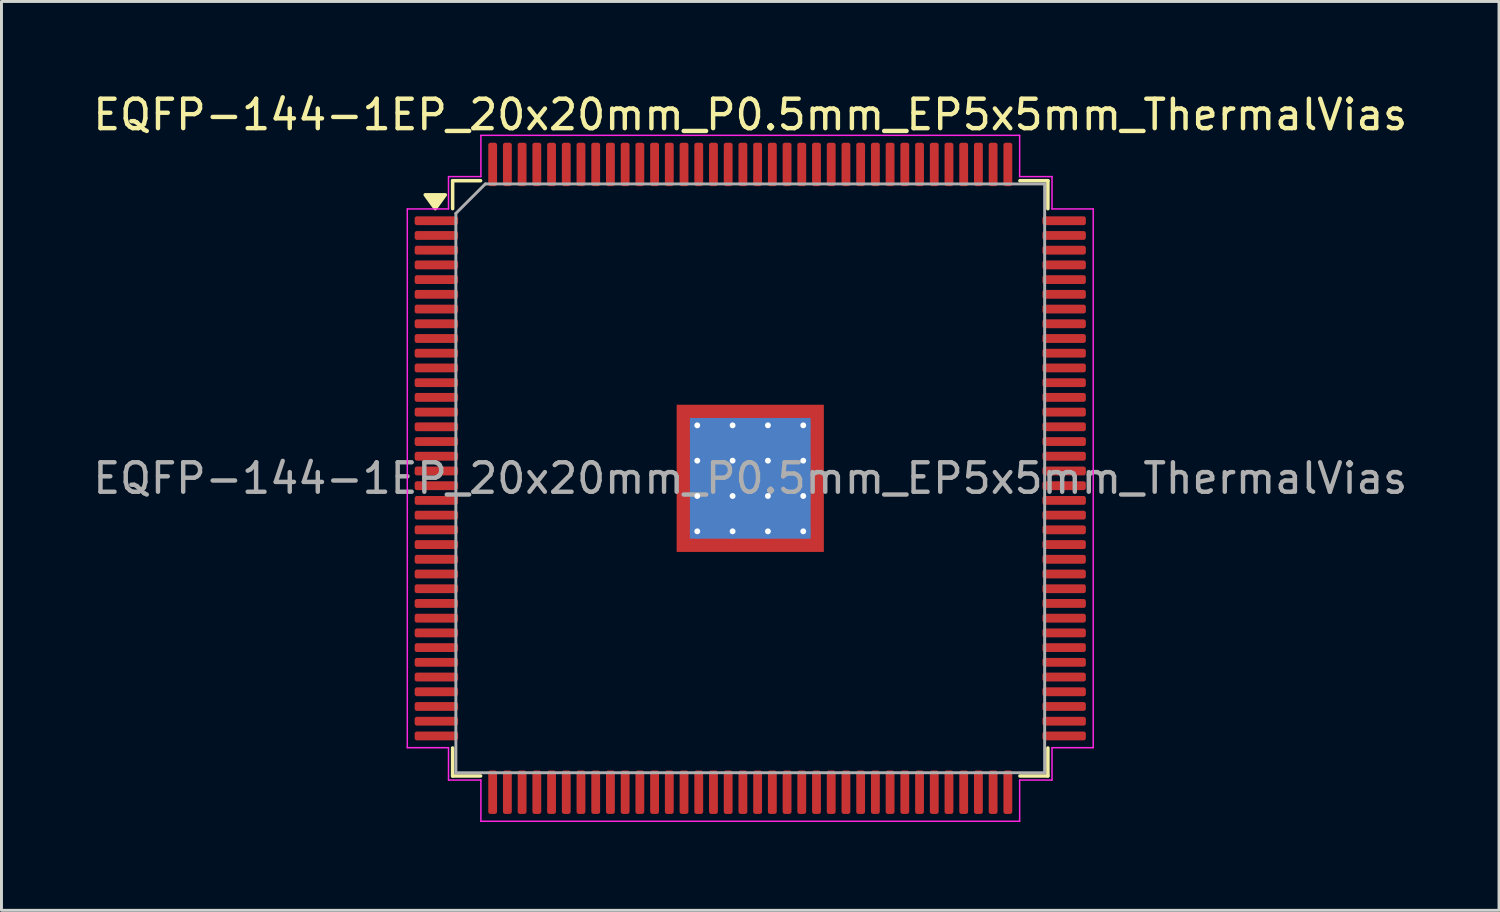
<source format=kicad_pcb>
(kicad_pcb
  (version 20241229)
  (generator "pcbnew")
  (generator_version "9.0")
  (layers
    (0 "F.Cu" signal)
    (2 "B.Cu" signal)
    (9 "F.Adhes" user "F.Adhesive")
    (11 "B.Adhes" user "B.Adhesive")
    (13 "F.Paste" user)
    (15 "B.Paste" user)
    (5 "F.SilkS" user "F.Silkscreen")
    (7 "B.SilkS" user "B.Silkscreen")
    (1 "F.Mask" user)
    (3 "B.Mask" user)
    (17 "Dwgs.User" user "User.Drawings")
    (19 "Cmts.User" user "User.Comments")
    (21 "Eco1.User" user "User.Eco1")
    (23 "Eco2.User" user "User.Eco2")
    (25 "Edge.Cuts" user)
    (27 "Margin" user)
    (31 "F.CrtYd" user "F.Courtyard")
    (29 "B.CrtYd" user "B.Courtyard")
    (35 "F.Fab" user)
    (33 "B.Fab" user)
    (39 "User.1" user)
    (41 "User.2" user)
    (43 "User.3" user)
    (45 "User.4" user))
  (footprint "EQFP-144-1EP_20x20mm_P0.5mm_EP5x5mm_ThermalVias"
    (layer "F.Cu")
    (at 22.435 13.198)
    (property "Reference" "EQFP-144-1EP_20x20mm_P0.5mm_EP5x5mm_ThermalVias" (at 0 -12.35 0) (layer "F.SilkS") (effects (font (size 1 1) (thickness 0.15))))
    (attr smd)
    (fp_line (start -10.11 -10.11) (end -10.11 -9.16) (stroke (width 0.12) (type solid)) (layer "F.SilkS"))
    (fp_line (start -10.11 10.11) (end -10.11 9.16) (stroke (width 0.12) (type solid)) (layer "F.SilkS"))
    (fp_line (start -9.16 -10.11) (end -10.11 -10.11) (stroke (width 0.12) (type solid)) (layer "F.SilkS"))
    (fp_line (start -9.16 10.11) (end -10.11 10.11) (stroke (width 0.12) (type solid)) (layer "F.SilkS"))
    (fp_line (start 9.16 -10.11) (end 10.11 -10.11) (stroke (width 0.12) (type solid)) (layer "F.SilkS"))
    (fp_line (start 9.16 10.11) (end 10.11 10.11) (stroke (width 0.12) (type solid)) (layer "F.SilkS"))
    (fp_line (start 10.11 -10.11) (end 10.11 -9.16) (stroke (width 0.12) (type solid)) (layer "F.SilkS"))
    (fp_line (start 10.11 10.11) (end 10.11 9.16) (stroke (width 0.12) (type solid)) (layer "F.SilkS"))
    (fp_poly (pts (xy -10.7 -9.16) (xy -11.04 -9.63) (xy -10.36 -9.63)) (stroke (width 0.12) (type solid)) (fill yes) (layer "F.SilkS"))
    (fp_line (start -11.65 -9.15) (end -10.25 -9.15) (stroke (width 0.05) (type solid)) (layer "F.CrtYd"))
    (fp_line (start -11.65 9.15) (end -11.65 -9.15) (stroke (width 0.05) (type solid)) (layer "F.CrtYd"))
    (fp_line (start -10.25 -10.25) (end -9.15 -10.25) (stroke (width 0.05) (type solid)) (layer "F.CrtYd"))
    (fp_line (start -10.25 -9.15) (end -10.25 -10.25) (stroke (width 0.05) (type solid)) (layer "F.CrtYd"))
    (fp_line (start -10.25 9.15) (end -11.65 9.15) (stroke (width 0.05) (type solid)) (layer "F.CrtYd"))
    (fp_line (start -10.25 10.25) (end -10.25 9.15) (stroke (width 0.05) (type solid)) (layer "F.CrtYd"))
    (fp_line (start -9.15 -11.65) (end 9.15 -11.65) (stroke (width 0.05) (type solid)) (layer "F.CrtYd"))
    (fp_line (start -9.15 -10.25) (end -9.15 -11.65) (stroke (width 0.05) (type solid)) (layer "F.CrtYd"))
    (fp_line (start -9.15 10.25) (end -10.25 10.25) (stroke (width 0.05) (type solid)) (layer "F.CrtYd"))
    (fp_line (start -9.15 11.65) (end -9.15 10.25) (stroke (width 0.05) (type solid)) (layer "F.CrtYd"))
    (fp_line (start 9.15 -11.65) (end 9.15 -10.25) (stroke (width 0.05) (type solid)) (layer "F.CrtYd"))
    (fp_line (start 9.15 -10.25) (end 10.25 -10.25) (stroke (width 0.05) (type solid)) (layer "F.CrtYd"))
    (fp_line (start 9.15 10.25) (end 9.15 11.65) (stroke (width 0.05) (type solid)) (layer "F.CrtYd"))
    (fp_line (start 9.15 11.65) (end -9.15 11.65) (stroke (width 0.05) (type solid)) (layer "F.CrtYd"))
    (fp_line (start 10.25 -10.25) (end 10.25 -9.15) (stroke (width 0.05) (type solid)) (layer "F.CrtYd"))
    (fp_line (start 10.25 -9.15) (end 11.65 -9.15) (stroke (width 0.05) (type solid)) (layer "F.CrtYd"))
    (fp_line (start 10.25 9.15) (end 10.25 10.25) (stroke (width 0.05) (type solid)) (layer "F.CrtYd"))
    (fp_line (start 10.25 10.25) (end 9.15 10.25) (stroke (width 0.05) (type solid)) (layer "F.CrtYd"))
    (fp_line (start 11.65 -9.15) (end 11.65 9.15) (stroke (width 0.05) (type solid)) (layer "F.CrtYd"))
    (fp_line (start 11.65 9.15) (end 10.25 9.15) (stroke (width 0.05) (type solid)) (layer "F.CrtYd"))
    (fp_line (start -10 -9) (end -9 -10) (stroke (width 0.1) (type solid)) (layer "F.Fab"))
    (fp_line (start -10 10) (end -10 -9) (stroke (width 0.1) (type solid)) (layer "F.Fab"))
    (fp_line (start -9 -10) (end 10 -10) (stroke (width 0.1) (type solid)) (layer "F.Fab"))
    (fp_line (start 10 -10) (end 10 10) (stroke (width 0.1) (type solid)) (layer "F.Fab"))
    (fp_line (start 10 10) (end -10 10) (stroke (width 0.1) (type solid)) (layer "F.Fab"))
    (fp_text user "${REFERENCE}" (at 0 0 0) (layer "F.Fab") (effects (font (size 1 1) (thickness 0.15))))
    (pad "" smd roundrect (at -1.875 -1.875) (size 1.01 1.01) (layers "F.Paste") (roundrect_rratio 0.248))
    (pad "" smd roundrect (at -1.875 -0.625) (size 1.01 1.01) (layers "F.Paste") (roundrect_rratio 0.248))
    (pad "" smd roundrect (at -1.875 0.625) (size 1.01 1.01) (layers "F.Paste") (roundrect_rratio 0.248))
    (pad "" smd roundrect (at -1.875 1.875) (size 1.01 1.01) (layers "F.Paste") (roundrect_rratio 0.248))
    (pad "" smd roundrect (at -0.625 -1.875) (size 1.01 1.01) (layers "F.Paste") (roundrect_rratio 0.248))
    (pad "" smd roundrect (at -0.625 -0.625) (size 1.01 1.01) (layers "F.Paste") (roundrect_rratio 0.248))
    (pad "" smd roundrect (at -0.625 0.625) (size 1.01 1.01) (layers "F.Paste") (roundrect_rratio 0.248))
    (pad "" smd roundrect (at -0.625 1.875) (size 1.01 1.01) (layers "F.Paste") (roundrect_rratio 0.248))
    (pad "" smd roundrect (at 0.625 -1.875) (size 1.01 1.01) (layers "F.Paste") (roundrect_rratio 0.248))
    (pad "" smd roundrect (at 0.625 -0.625) (size 1.01 1.01) (layers "F.Paste") (roundrect_rratio 0.248))
    (pad "" smd roundrect (at 0.625 0.625) (size 1.01 1.01) (layers "F.Paste") (roundrect_rratio 0.248))
    (pad "" smd roundrect (at 0.625 1.875) (size 1.01 1.01) (layers "F.Paste") (roundrect_rratio 0.248))
    (pad "" smd roundrect (at 1.875 -1.875) (size 1.01 1.01) (layers "F.Paste") (roundrect_rratio 0.248))
    (pad "" smd roundrect (at 1.875 -0.625) (size 1.01 1.01) (layers "F.Paste") (roundrect_rratio 0.248))
    (pad "" smd roundrect (at 1.875 0.625) (size 1.01 1.01) (layers "F.Paste") (roundrect_rratio 0.248))
    (pad "" smd roundrect (at 1.875 1.875) (size 1.01 1.01) (layers "F.Paste") (roundrect_rratio 0.248))
    (pad "1" smd roundrect (at -10.662 -8.75) (size 1.475 0.3) (layers "F.Cu" "F.Mask" "F.Paste") (roundrect_rratio 0.25))
    (pad "2" smd roundrect (at -10.662 -8.25) (size 1.475 0.3) (layers "F.Cu" "F.Mask" "F.Paste") (roundrect_rratio 0.25))
    (pad "3" smd roundrect (at -10.662 -7.75) (size 1.475 0.3) (layers "F.Cu" "F.Mask" "F.Paste") (roundrect_rratio 0.25))
    (pad "4" smd roundrect (at -10.662 -7.25) (size 1.475 0.3) (layers "F.Cu" "F.Mask" "F.Paste") (roundrect_rratio 0.25))
    (pad "5" smd roundrect (at -10.662 -6.75) (size 1.475 0.3) (layers "F.Cu" "F.Mask" "F.Paste") (roundrect_rratio 0.25))
    (pad "6" smd roundrect (at -10.662 -6.25) (size 1.475 0.3) (layers "F.Cu" "F.Mask" "F.Paste") (roundrect_rratio 0.25))
    (pad "7" smd roundrect (at -10.662 -5.75) (size 1.475 0.3) (layers "F.Cu" "F.Mask" "F.Paste") (roundrect_rratio 0.25))
    (pad "8" smd roundrect (at -10.662 -5.25) (size 1.475 0.3) (layers "F.Cu" "F.Mask" "F.Paste") (roundrect_rratio 0.25))
    (pad "9" smd roundrect (at -10.662 -4.75) (size 1.475 0.3) (layers "F.Cu" "F.Mask" "F.Paste") (roundrect_rratio 0.25))
    (pad "10" smd roundrect (at -10.662 -4.25) (size 1.475 0.3) (layers "F.Cu" "F.Mask" "F.Paste") (roundrect_rratio 0.25))
    (pad "11" smd roundrect (at -10.662 -3.75) (size 1.475 0.3) (layers "F.Cu" "F.Mask" "F.Paste") (roundrect_rratio 0.25))
    (pad "12" smd roundrect (at -10.662 -3.25) (size 1.475 0.3) (layers "F.Cu" "F.Mask" "F.Paste") (roundrect_rratio 0.25))
    (pad "13" smd roundrect (at -10.662 -2.75) (size 1.475 0.3) (layers "F.Cu" "F.Mask" "F.Paste") (roundrect_rratio 0.25))
    (pad "14" smd roundrect (at -10.662 -2.25) (size 1.475 0.3) (layers "F.Cu" "F.Mask" "F.Paste") (roundrect_rratio 0.25))
    (pad "15" smd roundrect (at -10.662 -1.75) (size 1.475 0.3) (layers "F.Cu" "F.Mask" "F.Paste") (roundrect_rratio 0.25))
    (pad "16" smd roundrect (at -10.662 -1.25) (size 1.475 0.3) (layers "F.Cu" "F.Mask" "F.Paste") (roundrect_rratio 0.25))
    (pad "17" smd roundrect (at -10.662 -0.75) (size 1.475 0.3) (layers "F.Cu" "F.Mask" "F.Paste") (roundrect_rratio 0.25))
    (pad "18" smd roundrect (at -10.662 -0.25) (size 1.475 0.3) (layers "F.Cu" "F.Mask" "F.Paste") (roundrect_rratio 0.25))
    (pad "19" smd roundrect (at -10.662 0.25) (size 1.475 0.3) (layers "F.Cu" "F.Mask" "F.Paste") (roundrect_rratio 0.25))
    (pad "20" smd roundrect (at -10.662 0.75) (size 1.475 0.3) (layers "F.Cu" "F.Mask" "F.Paste") (roundrect_rratio 0.25))
    (pad "21" smd roundrect (at -10.662 1.25) (size 1.475 0.3) (layers "F.Cu" "F.Mask" "F.Paste") (roundrect_rratio 0.25))
    (pad "22" smd roundrect (at -10.662 1.75) (size 1.475 0.3) (layers "F.Cu" "F.Mask" "F.Paste") (roundrect_rratio 0.25))
    (pad "23" smd roundrect (at -10.662 2.25) (size 1.475 0.3) (layers "F.Cu" "F.Mask" "F.Paste") (roundrect_rratio 0.25))
    (pad "24" smd roundrect (at -10.662 2.75) (size 1.475 0.3) (layers "F.Cu" "F.Mask" "F.Paste") (roundrect_rratio 0.25))
    (pad "25" smd roundrect (at -10.662 3.25) (size 1.475 0.3) (layers "F.Cu" "F.Mask" "F.Paste") (roundrect_rratio 0.25))
    (pad "26" smd roundrect (at -10.662 3.75) (size 1.475 0.3) (layers "F.Cu" "F.Mask" "F.Paste") (roundrect_rratio 0.25))
    (pad "27" smd roundrect (at -10.662 4.25) (size 1.475 0.3) (layers "F.Cu" "F.Mask" "F.Paste") (roundrect_rratio 0.25))
    (pad "28" smd roundrect (at -10.662 4.75) (size 1.475 0.3) (layers "F.Cu" "F.Mask" "F.Paste") (roundrect_rratio 0.25))
    (pad "29" smd roundrect (at -10.662 5.25) (size 1.475 0.3) (layers "F.Cu" "F.Mask" "F.Paste") (roundrect_rratio 0.25))
    (pad "30" smd roundrect (at -10.662 5.75) (size 1.475 0.3) (layers "F.Cu" "F.Mask" "F.Paste") (roundrect_rratio 0.25))
    (pad "31" smd roundrect (at -10.662 6.25) (size 1.475 0.3) (layers "F.Cu" "F.Mask" "F.Paste") (roundrect_rratio 0.25))
    (pad "32" smd roundrect (at -10.662 6.75) (size 1.475 0.3) (layers "F.Cu" "F.Mask" "F.Paste") (roundrect_rratio 0.25))
    (pad "33" smd roundrect (at -10.662 7.25) (size 1.475 0.3) (layers "F.Cu" "F.Mask" "F.Paste") (roundrect_rratio 0.25))
    (pad "34" smd roundrect (at -10.662 7.75) (size 1.475 0.3) (layers "F.Cu" "F.Mask" "F.Paste") (roundrect_rratio 0.25))
    (pad "35" smd roundrect (at -10.662 8.25) (size 1.475 0.3) (layers "F.Cu" "F.Mask" "F.Paste") (roundrect_rratio 0.25))
    (pad "36" smd roundrect (at -10.662 8.75) (size 1.475 0.3) (layers "F.Cu" "F.Mask" "F.Paste") (roundrect_rratio 0.25))
    (pad "37" smd roundrect (at -8.75 10.662) (size 0.3 1.475) (layers "F.Cu" "F.Mask" "F.Paste") (roundrect_rratio 0.25))
    (pad "38" smd roundrect (at -8.25 10.662) (size 0.3 1.475) (layers "F.Cu" "F.Mask" "F.Paste") (roundrect_rratio 0.25))
    (pad "39" smd roundrect (at -7.75 10.662) (size 0.3 1.475) (layers "F.Cu" "F.Mask" "F.Paste") (roundrect_rratio 0.25))
    (pad "40" smd roundrect (at -7.25 10.662) (size 0.3 1.475) (layers "F.Cu" "F.Mask" "F.Paste") (roundrect_rratio 0.25))
    (pad "41" smd roundrect (at -6.75 10.662) (size 0.3 1.475) (layers "F.Cu" "F.Mask" "F.Paste") (roundrect_rratio 0.25))
    (pad "42" smd roundrect (at -6.25 10.662) (size 0.3 1.475) (layers "F.Cu" "F.Mask" "F.Paste") (roundrect_rratio 0.25))
    (pad "43" smd roundrect (at -5.75 10.662) (size 0.3 1.475) (layers "F.Cu" "F.Mask" "F.Paste") (roundrect_rratio 0.25))
    (pad "44" smd roundrect (at -5.25 10.662) (size 0.3 1.475) (layers "F.Cu" "F.Mask" "F.Paste") (roundrect_rratio 0.25))
    (pad "45" smd roundrect (at -4.75 10.662) (size 0.3 1.475) (layers "F.Cu" "F.Mask" "F.Paste") (roundrect_rratio 0.25))
    (pad "46" smd roundrect (at -4.25 10.662) (size 0.3 1.475) (layers "F.Cu" "F.Mask" "F.Paste") (roundrect_rratio 0.25))
    (pad "47" smd roundrect (at -3.75 10.662) (size 0.3 1.475) (layers "F.Cu" "F.Mask" "F.Paste") (roundrect_rratio 0.25))
    (pad "48" smd roundrect (at -3.25 10.662) (size 0.3 1.475) (layers "F.Cu" "F.Mask" "F.Paste") (roundrect_rratio 0.25))
    (pad "49" smd roundrect (at -2.75 10.662) (size 0.3 1.475) (layers "F.Cu" "F.Mask" "F.Paste") (roundrect_rratio 0.25))
    (pad "50" smd roundrect (at -2.25 10.662) (size 0.3 1.475) (layers "F.Cu" "F.Mask" "F.Paste") (roundrect_rratio 0.25))
    (pad "51" smd roundrect (at -1.75 10.662) (size 0.3 1.475) (layers "F.Cu" "F.Mask" "F.Paste") (roundrect_rratio 0.25))
    (pad "52" smd roundrect (at -1.25 10.662) (size 0.3 1.475) (layers "F.Cu" "F.Mask" "F.Paste") (roundrect_rratio 0.25))
    (pad "53" smd roundrect (at -0.75 10.662) (size 0.3 1.475) (layers "F.Cu" "F.Mask" "F.Paste") (roundrect_rratio 0.25))
    (pad "54" smd roundrect (at -0.25 10.662) (size 0.3 1.475) (layers "F.Cu" "F.Mask" "F.Paste") (roundrect_rratio 0.25))
    (pad "55" smd roundrect (at 0.25 10.662) (size 0.3 1.475) (layers "F.Cu" "F.Mask" "F.Paste") (roundrect_rratio 0.25))
    (pad "56" smd roundrect (at 0.75 10.662) (size 0.3 1.475) (layers "F.Cu" "F.Mask" "F.Paste") (roundrect_rratio 0.25))
    (pad "57" smd roundrect (at 1.25 10.662) (size 0.3 1.475) (layers "F.Cu" "F.Mask" "F.Paste") (roundrect_rratio 0.25))
    (pad "58" smd roundrect (at 1.75 10.662) (size 0.3 1.475) (layers "F.Cu" "F.Mask" "F.Paste") (roundrect_rratio 0.25))
    (pad "59" smd roundrect (at 2.25 10.662) (size 0.3 1.475) (layers "F.Cu" "F.Mask" "F.Paste") (roundrect_rratio 0.25))
    (pad "60" smd roundrect (at 2.75 10.662) (size 0.3 1.475) (layers "F.Cu" "F.Mask" "F.Paste") (roundrect_rratio 0.25))
    (pad "61" smd roundrect (at 3.25 10.662) (size 0.3 1.475) (layers "F.Cu" "F.Mask" "F.Paste") (roundrect_rratio 0.25))
    (pad "62" smd roundrect (at 3.75 10.662) (size 0.3 1.475) (layers "F.Cu" "F.Mask" "F.Paste") (roundrect_rratio 0.25))
    (pad "63" smd roundrect (at 4.25 10.662) (size 0.3 1.475) (layers "F.Cu" "F.Mask" "F.Paste") (roundrect_rratio 0.25))
    (pad "64" smd roundrect (at 4.75 10.662) (size 0.3 1.475) (layers "F.Cu" "F.Mask" "F.Paste") (roundrect_rratio 0.25))
    (pad "65" smd roundrect (at 5.25 10.662) (size 0.3 1.475) (layers "F.Cu" "F.Mask" "F.Paste") (roundrect_rratio 0.25))
    (pad "66" smd roundrect (at 5.75 10.662) (size 0.3 1.475) (layers "F.Cu" "F.Mask" "F.Paste") (roundrect_rratio 0.25))
    (pad "67" smd roundrect (at 6.25 10.662) (size 0.3 1.475) (layers "F.Cu" "F.Mask" "F.Paste") (roundrect_rratio 0.25))
    (pad "68" smd roundrect (at 6.75 10.662) (size 0.3 1.475) (layers "F.Cu" "F.Mask" "F.Paste") (roundrect_rratio 0.25))
    (pad "69" smd roundrect (at 7.25 10.662) (size 0.3 1.475) (layers "F.Cu" "F.Mask" "F.Paste") (roundrect_rratio 0.25))
    (pad "70" smd roundrect (at 7.75 10.662) (size 0.3 1.475) (layers "F.Cu" "F.Mask" "F.Paste") (roundrect_rratio 0.25))
    (pad "71" smd roundrect (at 8.25 10.662) (size 0.3 1.475) (layers "F.Cu" "F.Mask" "F.Paste") (roundrect_rratio 0.25))
    (pad "72" smd roundrect (at 8.75 10.662) (size 0.3 1.475) (layers "F.Cu" "F.Mask" "F.Paste") (roundrect_rratio 0.25))
    (pad "73" smd roundrect (at 10.662 8.75) (size 1.475 0.3) (layers "F.Cu" "F.Mask" "F.Paste") (roundrect_rratio 0.25))
    (pad "74" smd roundrect (at 10.662 8.25) (size 1.475 0.3) (layers "F.Cu" "F.Mask" "F.Paste") (roundrect_rratio 0.25))
    (pad "75" smd roundrect (at 10.662 7.75) (size 1.475 0.3) (layers "F.Cu" "F.Mask" "F.Paste") (roundrect_rratio 0.25))
    (pad "76" smd roundrect (at 10.662 7.25) (size 1.475 0.3) (layers "F.Cu" "F.Mask" "F.Paste") (roundrect_rratio 0.25))
    (pad "77" smd roundrect (at 10.662 6.75) (size 1.475 0.3) (layers "F.Cu" "F.Mask" "F.Paste") (roundrect_rratio 0.25))
    (pad "78" smd roundrect (at 10.662 6.25) (size 1.475 0.3) (layers "F.Cu" "F.Mask" "F.Paste") (roundrect_rratio 0.25))
    (pad "79" smd roundrect (at 10.662 5.75) (size 1.475 0.3) (layers "F.Cu" "F.Mask" "F.Paste") (roundrect_rratio 0.25))
    (pad "80" smd roundrect (at 10.662 5.25) (size 1.475 0.3) (layers "F.Cu" "F.Mask" "F.Paste") (roundrect_rratio 0.25))
    (pad "81" smd roundrect (at 10.662 4.75) (size 1.475 0.3) (layers "F.Cu" "F.Mask" "F.Paste") (roundrect_rratio 0.25))
    (pad "82" smd roundrect (at 10.662 4.25) (size 1.475 0.3) (layers "F.Cu" "F.Mask" "F.Paste") (roundrect_rratio 0.25))
    (pad "83" smd roundrect (at 10.662 3.75) (size 1.475 0.3) (layers "F.Cu" "F.Mask" "F.Paste") (roundrect_rratio 0.25))
    (pad "84" smd roundrect (at 10.662 3.25) (size 1.475 0.3) (layers "F.Cu" "F.Mask" "F.Paste") (roundrect_rratio 0.25))
    (pad "85" smd roundrect (at 10.662 2.75) (size 1.475 0.3) (layers "F.Cu" "F.Mask" "F.Paste") (roundrect_rratio 0.25))
    (pad "86" smd roundrect (at 10.662 2.25) (size 1.475 0.3) (layers "F.Cu" "F.Mask" "F.Paste") (roundrect_rratio 0.25))
    (pad "87" smd roundrect (at 10.662 1.75) (size 1.475 0.3) (layers "F.Cu" "F.Mask" "F.Paste") (roundrect_rratio 0.25))
    (pad "88" smd roundrect (at 10.662 1.25) (size 1.475 0.3) (layers "F.Cu" "F.Mask" "F.Paste") (roundrect_rratio 0.25))
    (pad "89" smd roundrect (at 10.662 0.75) (size 1.475 0.3) (layers "F.Cu" "F.Mask" "F.Paste") (roundrect_rratio 0.25))
    (pad "90" smd roundrect (at 10.662 0.25) (size 1.475 0.3) (layers "F.Cu" "F.Mask" "F.Paste") (roundrect_rratio 0.25))
    (pad "91" smd roundrect (at 10.662 -0.25) (size 1.475 0.3) (layers "F.Cu" "F.Mask" "F.Paste") (roundrect_rratio 0.25))
    (pad "92" smd roundrect (at 10.662 -0.75) (size 1.475 0.3) (layers "F.Cu" "F.Mask" "F.Paste") (roundrect_rratio 0.25))
    (pad "93" smd roundrect (at 10.662 -1.25) (size 1.475 0.3) (layers "F.Cu" "F.Mask" "F.Paste") (roundrect_rratio 0.25))
    (pad "94" smd roundrect (at 10.662 -1.75) (size 1.475 0.3) (layers "F.Cu" "F.Mask" "F.Paste") (roundrect_rratio 0.25))
    (pad "95" smd roundrect (at 10.662 -2.25) (size 1.475 0.3) (layers "F.Cu" "F.Mask" "F.Paste") (roundrect_rratio 0.25))
    (pad "96" smd roundrect (at 10.662 -2.75) (size 1.475 0.3) (layers "F.Cu" "F.Mask" "F.Paste") (roundrect_rratio 0.25))
    (pad "97" smd roundrect (at 10.662 -3.25) (size 1.475 0.3) (layers "F.Cu" "F.Mask" "F.Paste") (roundrect_rratio 0.25))
    (pad "98" smd roundrect (at 10.662 -3.75) (size 1.475 0.3) (layers "F.Cu" "F.Mask" "F.Paste") (roundrect_rratio 0.25))
    (pad "99" smd roundrect (at 10.662 -4.25) (size 1.475 0.3) (layers "F.Cu" "F.Mask" "F.Paste") (roundrect_rratio 0.25))
    (pad "100" smd roundrect (at 10.662 -4.75) (size 1.475 0.3) (layers "F.Cu" "F.Mask" "F.Paste") (roundrect_rratio 0.25))
    (pad "101" smd roundrect (at 10.662 -5.25) (size 1.475 0.3) (layers "F.Cu" "F.Mask" "F.Paste") (roundrect_rratio 0.25))
    (pad "102" smd roundrect (at 10.662 -5.75) (size 1.475 0.3) (layers "F.Cu" "F.Mask" "F.Paste") (roundrect_rratio 0.25))
    (pad "103" smd roundrect (at 10.662 -6.25) (size 1.475 0.3) (layers "F.Cu" "F.Mask" "F.Paste") (roundrect_rratio 0.25))
    (pad "104" smd roundrect (at 10.662 -6.75) (size 1.475 0.3) (layers "F.Cu" "F.Mask" "F.Paste") (roundrect_rratio 0.25))
    (pad "105" smd roundrect (at 10.662 -7.25) (size 1.475 0.3) (layers "F.Cu" "F.Mask" "F.Paste") (roundrect_rratio 0.25))
    (pad "106" smd roundrect (at 10.662 -7.75) (size 1.475 0.3) (layers "F.Cu" "F.Mask" "F.Paste") (roundrect_rratio 0.25))
    (pad "107" smd roundrect (at 10.662 -8.25) (size 1.475 0.3) (layers "F.Cu" "F.Mask" "F.Paste") (roundrect_rratio 0.25))
    (pad "108" smd roundrect (at 10.662 -8.75) (size 1.475 0.3) (layers "F.Cu" "F.Mask" "F.Paste") (roundrect_rratio 0.25))
    (pad "109" smd roundrect (at 8.75 -10.662) (size 0.3 1.475) (layers "F.Cu" "F.Mask" "F.Paste") (roundrect_rratio 0.25))
    (pad "110" smd roundrect (at 8.25 -10.662) (size 0.3 1.475) (layers "F.Cu" "F.Mask" "F.Paste") (roundrect_rratio 0.25))
    (pad "111" smd roundrect (at 7.75 -10.662) (size 0.3 1.475) (layers "F.Cu" "F.Mask" "F.Paste") (roundrect_rratio 0.25))
    (pad "112" smd roundrect (at 7.25 -10.662) (size 0.3 1.475) (layers "F.Cu" "F.Mask" "F.Paste") (roundrect_rratio 0.25))
    (pad "113" smd roundrect (at 6.75 -10.662) (size 0.3 1.475) (layers "F.Cu" "F.Mask" "F.Paste") (roundrect_rratio 0.25))
    (pad "114" smd roundrect (at 6.25 -10.662) (size 0.3 1.475) (layers "F.Cu" "F.Mask" "F.Paste") (roundrect_rratio 0.25))
    (pad "115" smd roundrect (at 5.75 -10.662) (size 0.3 1.475) (layers "F.Cu" "F.Mask" "F.Paste") (roundrect_rratio 0.25))
    (pad "116" smd roundrect (at 5.25 -10.662) (size 0.3 1.475) (layers "F.Cu" "F.Mask" "F.Paste") (roundrect_rratio 0.25))
    (pad "117" smd roundrect (at 4.75 -10.662) (size 0.3 1.475) (layers "F.Cu" "F.Mask" "F.Paste") (roundrect_rratio 0.25))
    (pad "118" smd roundrect (at 4.25 -10.662) (size 0.3 1.475) (layers "F.Cu" "F.Mask" "F.Paste") (roundrect_rratio 0.25))
    (pad "119" smd roundrect (at 3.75 -10.662) (size 0.3 1.475) (layers "F.Cu" "F.Mask" "F.Paste") (roundrect_rratio 0.25))
    (pad "120" smd roundrect (at 3.25 -10.662) (size 0.3 1.475) (layers "F.Cu" "F.Mask" "F.Paste") (roundrect_rratio 0.25))
    (pad "121" smd roundrect (at 2.75 -10.662) (size 0.3 1.475) (layers "F.Cu" "F.Mask" "F.Paste") (roundrect_rratio 0.25))
    (pad "122" smd roundrect (at 2.25 -10.662) (size 0.3 1.475) (layers "F.Cu" "F.Mask" "F.Paste") (roundrect_rratio 0.25))
    (pad "123" smd roundrect (at 1.75 -10.662) (size 0.3 1.475) (layers "F.Cu" "F.Mask" "F.Paste") (roundrect_rratio 0.25))
    (pad "124" smd roundrect (at 1.25 -10.662) (size 0.3 1.475) (layers "F.Cu" "F.Mask" "F.Paste") (roundrect_rratio 0.25))
    (pad "125" smd roundrect (at 0.75 -10.662) (size 0.3 1.475) (layers "F.Cu" "F.Mask" "F.Paste") (roundrect_rratio 0.25))
    (pad "126" smd roundrect (at 0.25 -10.662) (size 0.3 1.475) (layers "F.Cu" "F.Mask" "F.Paste") (roundrect_rratio 0.25))
    (pad "127" smd roundrect (at -0.25 -10.662) (size 0.3 1.475) (layers "F.Cu" "F.Mask" "F.Paste") (roundrect_rratio 0.25))
    (pad "128" smd roundrect (at -0.75 -10.662) (size 0.3 1.475) (layers "F.Cu" "F.Mask" "F.Paste") (roundrect_rratio 0.25))
    (pad "129" smd roundrect (at -1.25 -10.662) (size 0.3 1.475) (layers "F.Cu" "F.Mask" "F.Paste") (roundrect_rratio 0.25))
    (pad "130" smd roundrect (at -1.75 -10.662) (size 0.3 1.475) (layers "F.Cu" "F.Mask" "F.Paste") (roundrect_rratio 0.25))
    (pad "131" smd roundrect (at -2.25 -10.662) (size 0.3 1.475) (layers "F.Cu" "F.Mask" "F.Paste") (roundrect_rratio 0.25))
    (pad "132" smd roundrect (at -2.75 -10.662) (size 0.3 1.475) (layers "F.Cu" "F.Mask" "F.Paste") (roundrect_rratio 0.25))
    (pad "133" smd roundrect (at -3.25 -10.662) (size 0.3 1.475) (layers "F.Cu" "F.Mask" "F.Paste") (roundrect_rratio 0.25))
    (pad "134" smd roundrect (at -3.75 -10.662) (size 0.3 1.475) (layers "F.Cu" "F.Mask" "F.Paste") (roundrect_rratio 0.25))
    (pad "135" smd roundrect (at -4.25 -10.662) (size 0.3 1.475) (layers "F.Cu" "F.Mask" "F.Paste") (roundrect_rratio 0.25))
    (pad "136" smd roundrect (at -4.75 -10.662) (size 0.3 1.475) (layers "F.Cu" "F.Mask" "F.Paste") (roundrect_rratio 0.25))
    (pad "137" smd roundrect (at -5.25 -10.662) (size 0.3 1.475) (layers "F.Cu" "F.Mask" "F.Paste") (roundrect_rratio 0.25))
    (pad "138" smd roundrect (at -5.75 -10.662) (size 0.3 1.475) (layers "F.Cu" "F.Mask" "F.Paste") (roundrect_rratio 0.25))
    (pad "139" smd roundrect (at -6.25 -10.662) (size 0.3 1.475) (layers "F.Cu" "F.Mask" "F.Paste") (roundrect_rratio 0.25))
    (pad "140" smd roundrect (at -6.75 -10.662) (size 0.3 1.475) (layers "F.Cu" "F.Mask" "F.Paste") (roundrect_rratio 0.25))
    (pad "141" smd roundrect (at -7.25 -10.662) (size 0.3 1.475) (layers "F.Cu" "F.Mask" "F.Paste") (roundrect_rratio 0.25))
    (pad "142" smd roundrect (at -7.75 -10.662) (size 0.3 1.475) (layers "F.Cu" "F.Mask" "F.Paste") (roundrect_rratio 0.25))
    (pad "143" smd roundrect (at -8.25 -10.662) (size 0.3 1.475) (layers "F.Cu" "F.Mask" "F.Paste") (roundrect_rratio 0.25))
    (pad "144" smd roundrect (at -8.75 -10.662) (size 0.3 1.475) (layers "F.Cu" "F.Mask" "F.Paste") (roundrect_rratio 0.25))
    (pad "145" thru_hole circle (at -1.8 -1.8) (size 0.5 0.5) (drill 0.2) (property pad_prop_heatsink) (layers "*.Cu"))
    (pad "145" thru_hole circle (at -1.8 -0.6) (size 0.5 0.5) (drill 0.2) (property pad_prop_heatsink) (layers "*.Cu"))
    (pad "145" thru_hole circle (at -1.8 0.6) (size 0.5 0.5) (drill 0.2) (property pad_prop_heatsink) (layers "*.Cu"))
    (pad "145" thru_hole circle (at -1.8 1.8) (size 0.5 0.5) (drill 0.2) (property pad_prop_heatsink) (layers "*.Cu"))
    (pad "145" thru_hole circle (at -0.6 -1.8) (size 0.5 0.5) (drill 0.2) (property pad_prop_heatsink) (layers "*.Cu"))
    (pad "145" thru_hole circle (at -0.6 -0.6) (size 0.5 0.5) (drill 0.2) (property pad_prop_heatsink) (layers "*.Cu"))
    (pad "145" thru_hole circle (at -0.6 0.6) (size 0.5 0.5) (drill 0.2) (property pad_prop_heatsink) (layers "*.Cu"))
    (pad "145" thru_hole circle (at -0.6 1.8) (size 0.5 0.5) (drill 0.2) (property pad_prop_heatsink) (layers "*.Cu"))
    (pad "145" smd rect (at 0 0) (size 4.1 4.1) (property pad_prop_heatsink) (layers "B.Cu"))
    (pad "145" smd rect (at 0 0) (size 5 5) (property pad_prop_heatsink) (layers "F.Cu" "F.Mask"))
    (pad "145" thru_hole circle (at 0.6 -1.8) (size 0.5 0.5) (drill 0.2) (property pad_prop_heatsink) (layers "*.Cu"))
    (pad "145" thru_hole circle (at 0.6 -0.6) (size 0.5 0.5) (drill 0.2) (property pad_prop_heatsink) (layers "*.Cu"))
    (pad "145" thru_hole circle (at 0.6 0.6) (size 0.5 0.5) (drill 0.2) (property pad_prop_heatsink) (layers "*.Cu"))
    (pad "145" thru_hole circle (at 0.6 1.8) (size 0.5 0.5) (drill 0.2) (property pad_prop_heatsink) (layers "*.Cu"))
    (pad "145" thru_hole circle (at 1.8 -1.8) (size 0.5 0.5) (drill 0.2) (property pad_prop_heatsink) (layers "*.Cu"))
    (pad "145" thru_hole circle (at 1.8 -0.6) (size 0.5 0.5) (drill 0.2) (property pad_prop_heatsink) (layers "*.Cu"))
    (pad "145" thru_hole circle (at 1.8 0.6) (size 0.5 0.5) (drill 0.2) (property pad_prop_heatsink) (layers "*.Cu"))
    (pad "145" thru_hole circle (at 1.8 1.8) (size 0.5 0.5) (drill 0.2) (property pad_prop_heatsink) (layers "*.Cu")))
  (gr_rect
    (start -3 -3)
    (end 47.869 27.873)
    (stroke (width 0.1) (type default))
    (fill no)
    (layer "Edge.Cuts")))
</source>
